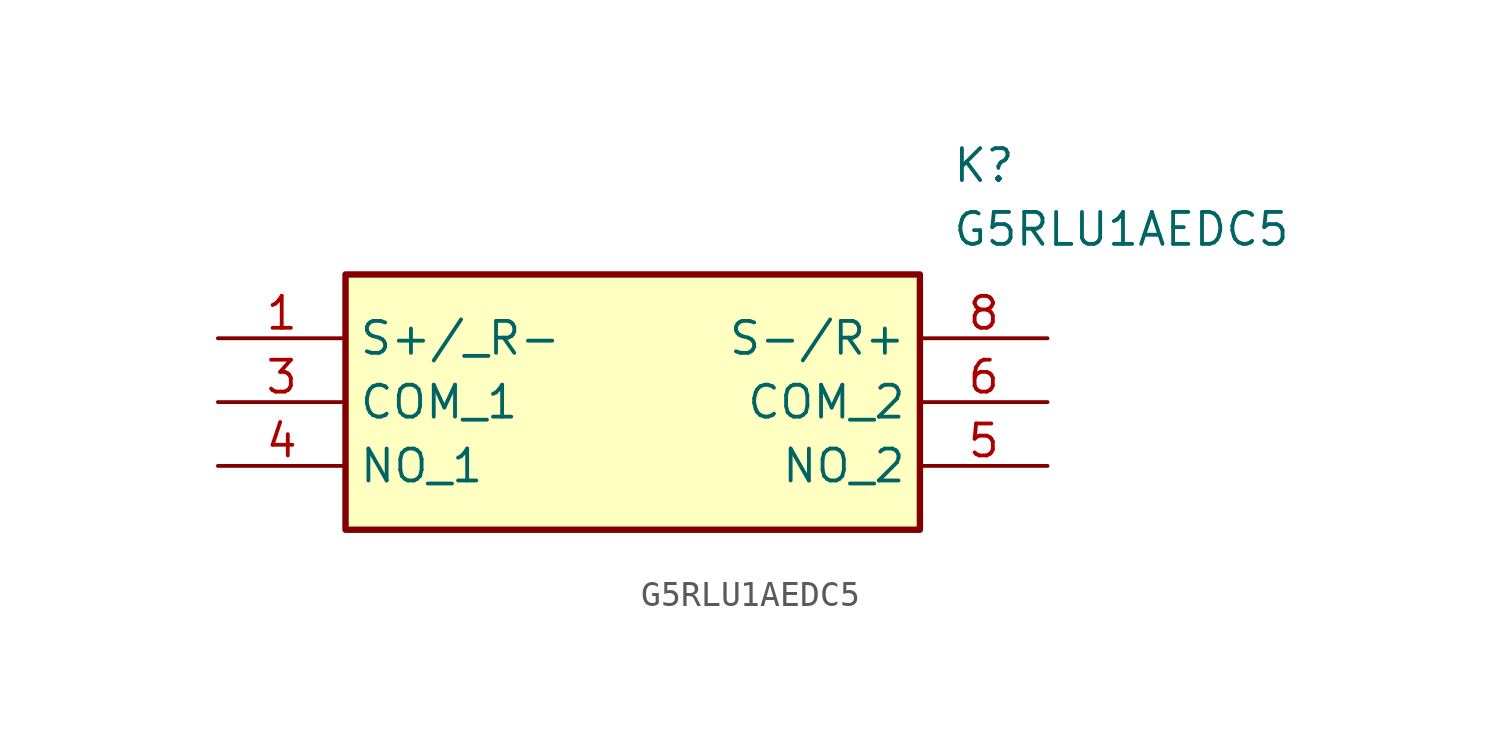
<source format=kicad_sym>
(kicad_symbol_lib
  (version 20211014)
  (generator SamacSys_ECAD_Model)
  (symbol "G5RLU1AEDC5"
    (property "Reference" "K"
      (at 29.21 7.62 0)
      (effects (font (size 1.27 1.27)) (justify left top)))
    (property "Value" "G5RLU1AEDC5"
      (at 29.21 5.08 0)
      (effects (font (size 1.27 1.27)) (justify left top)))
    (rectangle
      (start 5.08 2.54)
      (end 27.94 -7.62)
      (stroke (width 0.254) (type default))
      (fill (type background)))
    (pin passive line
      (at 0 0 0)
      (length 5.08)
      (name "S+/_R-" (effects (font (size 1.27 1.27))))
      (number "1" (effects (font (size 1.27 1.27)))))
    (pin passive line
      (at 0 -2.54 0)
      (length 5.08)
      (name "COM_1" (effects (font (size 1.27 1.27))))
      (number "3" (effects (font (size 1.27 1.27)))))
    (pin passive line
      (at 0 -5.08 0)
      (length 5.08)
      (name "NO_1" (effects (font (size 1.27 1.27))))
      (number "4" (effects (font (size 1.27 1.27)))))
    (pin passive line
      (at 33.02 -5.08 180)
      (length 5.08)
      (name "NO_2" (effects (font (size 1.27 1.27))))
      (number "5" (effects (font (size 1.27 1.27)))))
    (pin passive line
      (at 33.02 -2.54 180)
      (length 5.08)
      (name "COM_2" (effects (font (size 1.27 1.27))))
      (number "6" (effects (font (size 1.27 1.27)))))
    (pin passive line
      (at 33.02 0 180)
      (length 5.08)
      (name "S-/R+" (effects (font (size 1.27 1.27))))
      (number "8" (effects (font (size 1.27 1.27)))))))
</source>
